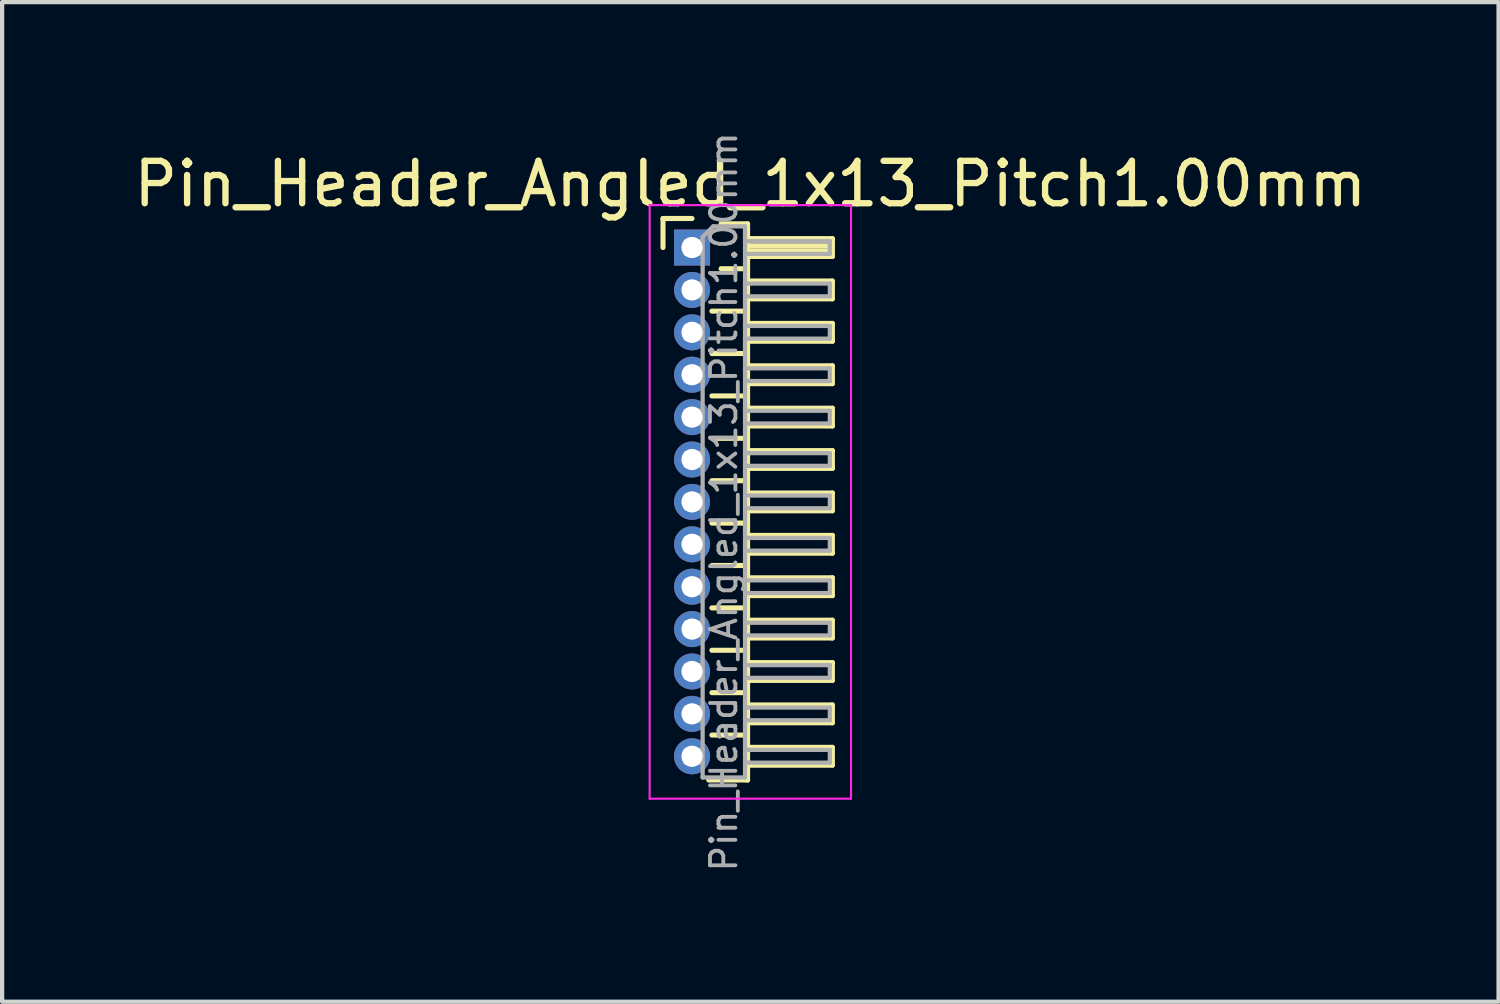
<source format=kicad_pcb>
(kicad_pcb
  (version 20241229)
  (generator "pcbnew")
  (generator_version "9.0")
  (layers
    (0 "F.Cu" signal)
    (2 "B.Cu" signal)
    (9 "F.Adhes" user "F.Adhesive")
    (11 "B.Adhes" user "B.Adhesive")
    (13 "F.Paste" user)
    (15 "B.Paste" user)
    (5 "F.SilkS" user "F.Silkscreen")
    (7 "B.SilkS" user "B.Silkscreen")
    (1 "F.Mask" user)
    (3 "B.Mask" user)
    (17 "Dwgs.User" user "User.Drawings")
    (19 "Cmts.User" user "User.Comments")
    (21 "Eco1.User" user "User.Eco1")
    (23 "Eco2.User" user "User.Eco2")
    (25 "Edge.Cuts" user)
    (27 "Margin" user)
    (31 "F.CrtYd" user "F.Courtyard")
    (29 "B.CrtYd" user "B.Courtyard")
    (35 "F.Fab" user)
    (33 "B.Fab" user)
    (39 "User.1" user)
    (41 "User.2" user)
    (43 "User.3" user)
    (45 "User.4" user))
  (footprint "Pin_Header_Angled_1x13_Pitch1.00mm"
    (layer "F.Cu")
    (at 13.274 2.789)
    (property "Reference" "Pin_Header_Angled_1x13_Pitch1.00mm" (at 1.375 -1.5 0) (layer "F.SilkS") (effects (font (size 1 1) (thickness 0.15))))
    (attr through_hole)
    (fp_line (start -0.685 -0.685) (end 0 -0.685) (stroke (width 0.12) (type solid)) (layer "F.SilkS"))
    (fp_line (start -0.685 0) (end -0.685 -0.685) (stroke (width 0.12) (type solid)) (layer "F.SilkS"))
    (fp_line (start 0.468 1.5) (end 1.31 1.5) (stroke (width 0.12) (type solid)) (layer "F.SilkS"))
    (fp_line (start 0.468 2.5) (end 1.31 2.5) (stroke (width 0.12) (type solid)) (layer "F.SilkS"))
    (fp_line (start 0.468 3.5) (end 1.31 3.5) (stroke (width 0.12) (type solid)) (layer "F.SilkS"))
    (fp_line (start 0.468 4.5) (end 1.31 4.5) (stroke (width 0.12) (type solid)) (layer "F.SilkS"))
    (fp_line (start 0.468 5.5) (end 1.31 5.5) (stroke (width 0.12) (type solid)) (layer "F.SilkS"))
    (fp_line (start 0.468 6.5) (end 1.31 6.5) (stroke (width 0.12) (type solid)) (layer "F.SilkS"))
    (fp_line (start 0.468 7.5) (end 1.31 7.5) (stroke (width 0.12) (type solid)) (layer "F.SilkS"))
    (fp_line (start 0.468 8.5) (end 1.31 8.5) (stroke (width 0.12) (type solid)) (layer "F.SilkS"))
    (fp_line (start 0.468 9.5) (end 1.31 9.5) (stroke (width 0.12) (type solid)) (layer "F.SilkS"))
    (fp_line (start 0.468 10.5) (end 1.31 10.5) (stroke (width 0.12) (type solid)) (layer "F.SilkS"))
    (fp_line (start 0.468 11.5) (end 1.31 11.5) (stroke (width 0.12) (type solid)) (layer "F.SilkS"))
    (fp_line (start 0.685 -0.56) (end 1.31 -0.56) (stroke (width 0.12) (type solid)) (layer "F.SilkS"))
    (fp_line (start 0.685 0.5) (end 1.31 0.5) (stroke (width 0.12) (type solid)) (layer "F.SilkS"))
    (fp_line (start 1.31 -0.56) (end 1.31 12.56) (stroke (width 0.12) (type solid)) (layer "F.SilkS"))
    (fp_line (start 1.31 -0.21) (end 3.31 -0.21) (stroke (width 0.12) (type solid)) (layer "F.SilkS"))
    (fp_line (start 1.31 -0.15) (end 3.31 -0.15) (stroke (width 0.12) (type solid)) (layer "F.SilkS"))
    (fp_line (start 1.31 -0.03) (end 3.31 -0.03) (stroke (width 0.12) (type solid)) (layer "F.SilkS"))
    (fp_line (start 1.31 0.09) (end 3.31 0.09) (stroke (width 0.12) (type solid)) (layer "F.SilkS"))
    (fp_line (start 1.31 0.79) (end 3.31 0.79) (stroke (width 0.12) (type solid)) (layer "F.SilkS"))
    (fp_line (start 1.31 1.79) (end 3.31 1.79) (stroke (width 0.12) (type solid)) (layer "F.SilkS"))
    (fp_line (start 1.31 2.79) (end 3.31 2.79) (stroke (width 0.12) (type solid)) (layer "F.SilkS"))
    (fp_line (start 1.31 3.79) (end 3.31 3.79) (stroke (width 0.12) (type solid)) (layer "F.SilkS"))
    (fp_line (start 1.31 4.79) (end 3.31 4.79) (stroke (width 0.12) (type solid)) (layer "F.SilkS"))
    (fp_line (start 1.31 5.79) (end 3.31 5.79) (stroke (width 0.12) (type solid)) (layer "F.SilkS"))
    (fp_line (start 1.31 6.79) (end 3.31 6.79) (stroke (width 0.12) (type solid)) (layer "F.SilkS"))
    (fp_line (start 1.31 7.79) (end 3.31 7.79) (stroke (width 0.12) (type solid)) (layer "F.SilkS"))
    (fp_line (start 1.31 8.79) (end 3.31 8.79) (stroke (width 0.12) (type solid)) (layer "F.SilkS"))
    (fp_line (start 1.31 9.79) (end 3.31 9.79) (stroke (width 0.12) (type solid)) (layer "F.SilkS"))
    (fp_line (start 1.31 10.79) (end 3.31 10.79) (stroke (width 0.12) (type solid)) (layer "F.SilkS"))
    (fp_line (start 1.31 11.79) (end 3.31 11.79) (stroke (width 0.12) (type solid)) (layer "F.SilkS"))
    (fp_line (start 1.31 12.56) (end 0.394 12.56) (stroke (width 0.12) (type solid)) (layer "F.SilkS"))
    (fp_line (start 3.31 -0.21) (end 3.31 0.21) (stroke (width 0.12) (type solid)) (layer "F.SilkS"))
    (fp_line (start 3.31 0.21) (end 1.31 0.21) (stroke (width 0.12) (type solid)) (layer "F.SilkS"))
    (fp_line (start 3.31 0.79) (end 3.31 1.21) (stroke (width 0.12) (type solid)) (layer "F.SilkS"))
    (fp_line (start 3.31 1.21) (end 1.31 1.21) (stroke (width 0.12) (type solid)) (layer "F.SilkS"))
    (fp_line (start 3.31 1.79) (end 3.31 2.21) (stroke (width 0.12) (type solid)) (layer "F.SilkS"))
    (fp_line (start 3.31 2.21) (end 1.31 2.21) (stroke (width 0.12) (type solid)) (layer "F.SilkS"))
    (fp_line (start 3.31 2.79) (end 3.31 3.21) (stroke (width 0.12) (type solid)) (layer "F.SilkS"))
    (fp_line (start 3.31 3.21) (end 1.31 3.21) (stroke (width 0.12) (type solid)) (layer "F.SilkS"))
    (fp_line (start 3.31 3.79) (end 3.31 4.21) (stroke (width 0.12) (type solid)) (layer "F.SilkS"))
    (fp_line (start 3.31 4.21) (end 1.31 4.21) (stroke (width 0.12) (type solid)) (layer "F.SilkS"))
    (fp_line (start 3.31 4.79) (end 3.31 5.21) (stroke (width 0.12) (type solid)) (layer "F.SilkS"))
    (fp_line (start 3.31 5.21) (end 1.31 5.21) (stroke (width 0.12) (type solid)) (layer "F.SilkS"))
    (fp_line (start 3.31 5.79) (end 3.31 6.21) (stroke (width 0.12) (type solid)) (layer "F.SilkS"))
    (fp_line (start 3.31 6.21) (end 1.31 6.21) (stroke (width 0.12) (type solid)) (layer "F.SilkS"))
    (fp_line (start 3.31 6.79) (end 3.31 7.21) (stroke (width 0.12) (type solid)) (layer "F.SilkS"))
    (fp_line (start 3.31 7.21) (end 1.31 7.21) (stroke (width 0.12) (type solid)) (layer "F.SilkS"))
    (fp_line (start 3.31 7.79) (end 3.31 8.21) (stroke (width 0.12) (type solid)) (layer "F.SilkS"))
    (fp_line (start 3.31 8.21) (end 1.31 8.21) (stroke (width 0.12) (type solid)) (layer "F.SilkS"))
    (fp_line (start 3.31 8.79) (end 3.31 9.21) (stroke (width 0.12) (type solid)) (layer "F.SilkS"))
    (fp_line (start 3.31 9.21) (end 1.31 9.21) (stroke (width 0.12) (type solid)) (layer "F.SilkS"))
    (fp_line (start 3.31 9.79) (end 3.31 10.21) (stroke (width 0.12) (type solid)) (layer "F.SilkS"))
    (fp_line (start 3.31 10.21) (end 1.31 10.21) (stroke (width 0.12) (type solid)) (layer "F.SilkS"))
    (fp_line (start 3.31 10.79) (end 3.31 11.21) (stroke (width 0.12) (type solid)) (layer "F.SilkS"))
    (fp_line (start 3.31 11.21) (end 1.31 11.21) (stroke (width 0.12) (type solid)) (layer "F.SilkS"))
    (fp_line (start 3.31 11.79) (end 3.31 12.21) (stroke (width 0.12) (type solid)) (layer "F.SilkS"))
    (fp_line (start 3.31 12.21) (end 1.31 12.21) (stroke (width 0.12) (type solid)) (layer "F.SilkS"))
    (fp_line (start -1 -1) (end -1 13) (stroke (width 0.05) (type solid)) (layer "F.CrtYd"))
    (fp_line (start -1 13) (end 3.75 13) (stroke (width 0.05) (type solid)) (layer "F.CrtYd"))
    (fp_line (start 3.75 -1) (end -1 -1) (stroke (width 0.05) (type solid)) (layer "F.CrtYd"))
    (fp_line (start 3.75 13) (end 3.75 -1) (stroke (width 0.05) (type solid)) (layer "F.CrtYd"))
    (fp_line (start -0.15 -0.15) (end -0.15 0.15) (stroke (width 0.1) (type solid)) (layer "F.Fab"))
    (fp_line (start -0.15 -0.15) (end 0.25 -0.15) (stroke (width 0.1) (type solid)) (layer "F.Fab"))
    (fp_line (start -0.15 0.15) (end 0.25 0.15) (stroke (width 0.1) (type solid)) (layer "F.Fab"))
    (fp_line (start -0.15 0.85) (end -0.15 1.15) (stroke (width 0.1) (type solid)) (layer "F.Fab"))
    (fp_line (start -0.15 0.85) (end 0.25 0.85) (stroke (width 0.1) (type solid)) (layer "F.Fab"))
    (fp_line (start -0.15 1.15) (end 0.25 1.15) (stroke (width 0.1) (type solid)) (layer "F.Fab"))
    (fp_line (start -0.15 1.85) (end -0.15 2.15) (stroke (width 0.1) (type solid)) (layer "F.Fab"))
    (fp_line (start -0.15 1.85) (end 0.25 1.85) (stroke (width 0.1) (type solid)) (layer "F.Fab"))
    (fp_line (start -0.15 2.15) (end 0.25 2.15) (stroke (width 0.1) (type solid)) (layer "F.Fab"))
    (fp_line (start -0.15 2.85) (end -0.15 3.15) (stroke (width 0.1) (type solid)) (layer "F.Fab"))
    (fp_line (start -0.15 2.85) (end 0.25 2.85) (stroke (width 0.1) (type solid)) (layer "F.Fab"))
    (fp_line (start -0.15 3.15) (end 0.25 3.15) (stroke (width 0.1) (type solid)) (layer "F.Fab"))
    (fp_line (start -0.15 3.85) (end -0.15 4.15) (stroke (width 0.1) (type solid)) (layer "F.Fab"))
    (fp_line (start -0.15 3.85) (end 0.25 3.85) (stroke (width 0.1) (type solid)) (layer "F.Fab"))
    (fp_line (start -0.15 4.15) (end 0.25 4.15) (stroke (width 0.1) (type solid)) (layer "F.Fab"))
    (fp_line (start -0.15 4.85) (end -0.15 5.15) (stroke (width 0.1) (type solid)) (layer "F.Fab"))
    (fp_line (start -0.15 4.85) (end 0.25 4.85) (stroke (width 0.1) (type solid)) (layer "F.Fab"))
    (fp_line (start -0.15 5.15) (end 0.25 5.15) (stroke (width 0.1) (type solid)) (layer "F.Fab"))
    (fp_line (start -0.15 5.85) (end -0.15 6.15) (stroke (width 0.1) (type solid)) (layer "F.Fab"))
    (fp_line (start -0.15 5.85) (end 0.25 5.85) (stroke (width 0.1) (type solid)) (layer "F.Fab"))
    (fp_line (start -0.15 6.15) (end 0.25 6.15) (stroke (width 0.1) (type solid)) (layer "F.Fab"))
    (fp_line (start -0.15 6.85) (end -0.15 7.15) (stroke (width 0.1) (type solid)) (layer "F.Fab"))
    (fp_line (start -0.15 6.85) (end 0.25 6.85) (stroke (width 0.1) (type solid)) (layer "F.Fab"))
    (fp_line (start -0.15 7.15) (end 0.25 7.15) (stroke (width 0.1) (type solid)) (layer "F.Fab"))
    (fp_line (start -0.15 7.85) (end -0.15 8.15) (stroke (width 0.1) (type solid)) (layer "F.Fab"))
    (fp_line (start -0.15 7.85) (end 0.25 7.85) (stroke (width 0.1) (type solid)) (layer "F.Fab"))
    (fp_line (start -0.15 8.15) (end 0.25 8.15) (stroke (width 0.1) (type solid)) (layer "F.Fab"))
    (fp_line (start -0.15 8.85) (end -0.15 9.15) (stroke (width 0.1) (type solid)) (layer "F.Fab"))
    (fp_line (start -0.15 8.85) (end 0.25 8.85) (stroke (width 0.1) (type solid)) (layer "F.Fab"))
    (fp_line (start -0.15 9.15) (end 0.25 9.15) (stroke (width 0.1) (type solid)) (layer "F.Fab"))
    (fp_line (start -0.15 9.85) (end -0.15 10.15) (stroke (width 0.1) (type solid)) (layer "F.Fab"))
    (fp_line (start -0.15 9.85) (end 0.25 9.85) (stroke (width 0.1) (type solid)) (layer "F.Fab"))
    (fp_line (start -0.15 10.15) (end 0.25 10.15) (stroke (width 0.1) (type solid)) (layer "F.Fab"))
    (fp_line (start -0.15 10.85) (end -0.15 11.15) (stroke (width 0.1) (type solid)) (layer "F.Fab"))
    (fp_line (start -0.15 10.85) (end 0.25 10.85) (stroke (width 0.1) (type solid)) (layer "F.Fab"))
    (fp_line (start -0.15 11.15) (end 0.25 11.15) (stroke (width 0.1) (type solid)) (layer "F.Fab"))
    (fp_line (start -0.15 11.85) (end -0.15 12.15) (stroke (width 0.1) (type solid)) (layer "F.Fab"))
    (fp_line (start -0.15 11.85) (end 0.25 11.85) (stroke (width 0.1) (type solid)) (layer "F.Fab"))
    (fp_line (start -0.15 12.15) (end 0.25 12.15) (stroke (width 0.1) (type solid)) (layer "F.Fab"))
    (fp_line (start 0.25 -0.25) (end 0.5 -0.5) (stroke (width 0.1) (type solid)) (layer "F.Fab"))
    (fp_line (start 0.25 12.5) (end 0.25 -0.25) (stroke (width 0.1) (type solid)) (layer "F.Fab"))
    (fp_line (start 0.5 -0.5) (end 1.25 -0.5) (stroke (width 0.1) (type solid)) (layer "F.Fab"))
    (fp_line (start 1.25 -0.5) (end 1.25 12.5) (stroke (width 0.1) (type solid)) (layer "F.Fab"))
    (fp_line (start 1.25 -0.15) (end 3.25 -0.15) (stroke (width 0.1) (type solid)) (layer "F.Fab"))
    (fp_line (start 1.25 0.15) (end 3.25 0.15) (stroke (width 0.1) (type solid)) (layer "F.Fab"))
    (fp_line (start 1.25 0.85) (end 3.25 0.85) (stroke (width 0.1) (type solid)) (layer "F.Fab"))
    (fp_line (start 1.25 1.15) (end 3.25 1.15) (stroke (width 0.1) (type solid)) (layer "F.Fab"))
    (fp_line (start 1.25 1.85) (end 3.25 1.85) (stroke (width 0.1) (type solid)) (layer "F.Fab"))
    (fp_line (start 1.25 2.15) (end 3.25 2.15) (stroke (width 0.1) (type solid)) (layer "F.Fab"))
    (fp_line (start 1.25 2.85) (end 3.25 2.85) (stroke (width 0.1) (type solid)) (layer "F.Fab"))
    (fp_line (start 1.25 3.15) (end 3.25 3.15) (stroke (width 0.1) (type solid)) (layer "F.Fab"))
    (fp_line (start 1.25 3.85) (end 3.25 3.85) (stroke (width 0.1) (type solid)) (layer "F.Fab"))
    (fp_line (start 1.25 4.15) (end 3.25 4.15) (stroke (width 0.1) (type solid)) (layer "F.Fab"))
    (fp_line (start 1.25 4.85) (end 3.25 4.85) (stroke (width 0.1) (type solid)) (layer "F.Fab"))
    (fp_line (start 1.25 5.15) (end 3.25 5.15) (stroke (width 0.1) (type solid)) (layer "F.Fab"))
    (fp_line (start 1.25 5.85) (end 3.25 5.85) (stroke (width 0.1) (type solid)) (layer "F.Fab"))
    (fp_line (start 1.25 6.15) (end 3.25 6.15) (stroke (width 0.1) (type solid)) (layer "F.Fab"))
    (fp_line (start 1.25 6.85) (end 3.25 6.85) (stroke (width 0.1) (type solid)) (layer "F.Fab"))
    (fp_line (start 1.25 7.15) (end 3.25 7.15) (stroke (width 0.1) (type solid)) (layer "F.Fab"))
    (fp_line (start 1.25 7.85) (end 3.25 7.85) (stroke (width 0.1) (type solid)) (layer "F.Fab"))
    (fp_line (start 1.25 8.15) (end 3.25 8.15) (stroke (width 0.1) (type solid)) (layer "F.Fab"))
    (fp_line (start 1.25 8.85) (end 3.25 8.85) (stroke (width 0.1) (type solid)) (layer "F.Fab"))
    (fp_line (start 1.25 9.15) (end 3.25 9.15) (stroke (width 0.1) (type solid)) (layer "F.Fab"))
    (fp_line (start 1.25 9.85) (end 3.25 9.85) (stroke (width 0.1) (type solid)) (layer "F.Fab"))
    (fp_line (start 1.25 10.15) (end 3.25 10.15) (stroke (width 0.1) (type solid)) (layer "F.Fab"))
    (fp_line (start 1.25 10.85) (end 3.25 10.85) (stroke (width 0.1) (type solid)) (layer "F.Fab"))
    (fp_line (start 1.25 11.15) (end 3.25 11.15) (stroke (width 0.1) (type solid)) (layer "F.Fab"))
    (fp_line (start 1.25 11.85) (end 3.25 11.85) (stroke (width 0.1) (type solid)) (layer "F.Fab"))
    (fp_line (start 1.25 12.15) (end 3.25 12.15) (stroke (width 0.1) (type solid)) (layer "F.Fab"))
    (fp_line (start 1.25 12.5) (end 0.25 12.5) (stroke (width 0.1) (type solid)) (layer "F.Fab"))
    (fp_line (start 3.25 -0.15) (end 3.25 0.15) (stroke (width 0.1) (type solid)) (layer "F.Fab"))
    (fp_line (start 3.25 0.85) (end 3.25 1.15) (stroke (width 0.1) (type solid)) (layer "F.Fab"))
    (fp_line (start 3.25 1.85) (end 3.25 2.15) (stroke (width 0.1) (type solid)) (layer "F.Fab"))
    (fp_line (start 3.25 2.85) (end 3.25 3.15) (stroke (width 0.1) (type solid)) (layer "F.Fab"))
    (fp_line (start 3.25 3.85) (end 3.25 4.15) (stroke (width 0.1) (type solid)) (layer "F.Fab"))
    (fp_line (start 3.25 4.85) (end 3.25 5.15) (stroke (width 0.1) (type solid)) (layer "F.Fab"))
    (fp_line (start 3.25 5.85) (end 3.25 6.15) (stroke (width 0.1) (type solid)) (layer "F.Fab"))
    (fp_line (start 3.25 6.85) (end 3.25 7.15) (stroke (width 0.1) (type solid)) (layer "F.Fab"))
    (fp_line (start 3.25 7.85) (end 3.25 8.15) (stroke (width 0.1) (type solid)) (layer "F.Fab"))
    (fp_line (start 3.25 8.85) (end 3.25 9.15) (stroke (width 0.1) (type solid)) (layer "F.Fab"))
    (fp_line (start 3.25 9.85) (end 3.25 10.15) (stroke (width 0.1) (type solid)) (layer "F.Fab"))
    (fp_line (start 3.25 10.85) (end 3.25 11.15) (stroke (width 0.1) (type solid)) (layer "F.Fab"))
    (fp_line (start 3.25 11.85) (end 3.25 12.15) (stroke (width 0.1) (type solid)) (layer "F.Fab"))
    (fp_text user "${REFERENCE}" (at 0.75 6 90) (layer "F.Fab") (effects (font (size 0.6 0.6) (thickness 0.09))))
    (pad "1" thru_hole rect (at 0 0) (size 0.85 0.85) (drill 0.5) (layers "*.Cu" "*.Mask"))
    (pad "2" thru_hole oval (at 0 1) (size 0.85 0.85) (drill 0.5) (layers "*.Cu" "*.Mask"))
    (pad "3" thru_hole oval (at 0 2) (size 0.85 0.85) (drill 0.5) (layers "*.Cu" "*.Mask"))
    (pad "4" thru_hole oval (at 0 3) (size 0.85 0.85) (drill 0.5) (layers "*.Cu" "*.Mask"))
    (pad "5" thru_hole oval (at 0 4) (size 0.85 0.85) (drill 0.5) (layers "*.Cu" "*.Mask"))
    (pad "6" thru_hole oval (at 0 5) (size 0.85 0.85) (drill 0.5) (layers "*.Cu" "*.Mask"))
    (pad "7" thru_hole oval (at 0 6) (size 0.85 0.85) (drill 0.5) (layers "*.Cu" "*.Mask"))
    (pad "8" thru_hole oval (at 0 7) (size 0.85 0.85) (drill 0.5) (layers "*.Cu" "*.Mask"))
    (pad "9" thru_hole oval (at 0 8) (size 0.85 0.85) (drill 0.5) (layers "*.Cu" "*.Mask"))
    (pad "10" thru_hole oval (at 0 9) (size 0.85 0.85) (drill 0.5) (layers "*.Cu" "*.Mask"))
    (pad "11" thru_hole oval (at 0 10) (size 0.85 0.85) (drill 0.5) (layers "*.Cu" "*.Mask"))
    (pad "12" thru_hole oval (at 0 11) (size 0.85 0.85) (drill 0.5) (layers "*.Cu" "*.Mask"))
    (pad "13" thru_hole oval (at 0 12) (size 0.85 0.85) (drill 0.5) (layers "*.Cu" "*.Mask")))
  (gr_rect
    (start -3 -3)
    (end 32.298 20.579)
    (stroke (width 0.1) (type default))
    (fill no)
    (layer "Edge.Cuts")))
</source>
